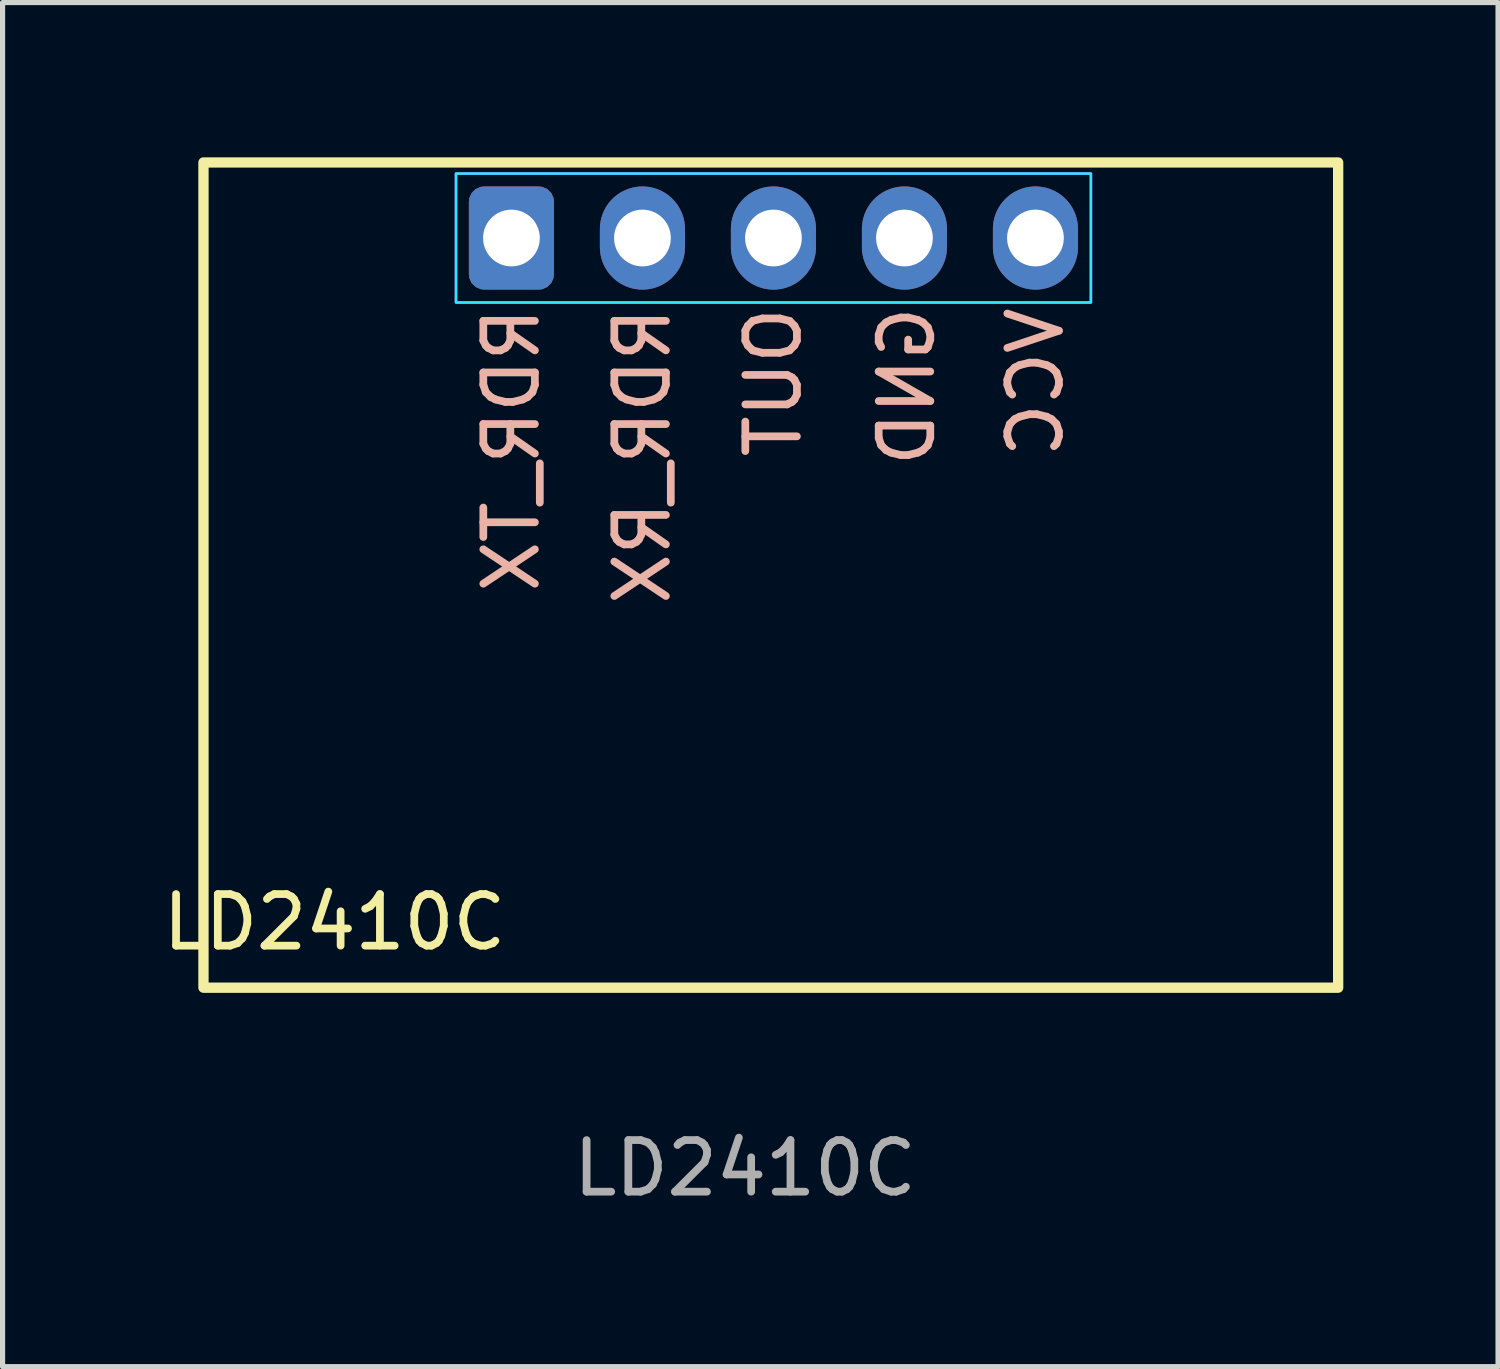
<source format=kicad_pcb>
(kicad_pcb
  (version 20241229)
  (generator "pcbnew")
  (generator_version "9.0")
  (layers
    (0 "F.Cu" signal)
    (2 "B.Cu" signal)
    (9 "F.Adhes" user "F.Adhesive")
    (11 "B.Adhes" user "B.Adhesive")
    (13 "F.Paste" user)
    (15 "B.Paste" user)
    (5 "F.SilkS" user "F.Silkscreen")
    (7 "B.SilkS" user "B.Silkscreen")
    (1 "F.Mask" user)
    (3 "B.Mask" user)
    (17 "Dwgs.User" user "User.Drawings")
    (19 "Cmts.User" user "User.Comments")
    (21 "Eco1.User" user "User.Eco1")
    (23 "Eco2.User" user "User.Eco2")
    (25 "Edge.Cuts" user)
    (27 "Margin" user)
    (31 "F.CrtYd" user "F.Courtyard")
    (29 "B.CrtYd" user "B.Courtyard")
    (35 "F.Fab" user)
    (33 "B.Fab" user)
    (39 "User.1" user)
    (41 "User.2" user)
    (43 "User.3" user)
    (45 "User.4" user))
  (footprint "LD2410C"
    (layer "F.Cu")
    (at 6.866 1.565)
    (property "Reference" "LD2410C" (at -3.431 13.265 0) (unlocked yes) (layer "F.SilkS") (effects (font (size 1 1) (thickness 0.15))))
    (attr through_hole)
    (fp_rect (start -5.971 -1.465) (end 16.029 14.535) (stroke (width 0.2) (type solid)) (fill no) (layer "F.SilkS"))
    (fp_rect (start -1.075 -1.25) (end 11.235 1.25) (stroke (width 0.05) (type solid)) (fill no) (layer "B.CrtYd"))
    (fp_rect (start -1.075 -1.25) (end 11.235 1.25) (stroke (width 0.05) (type solid)) (fill no) (layer "F.CrtYd"))
    (fp_text user "RDR_TX" (at 0 1.27 90) (unlocked yes) (layer "B.SilkS") (effects (font (size 1 1) (thickness 0.15)) (justify left mirror)))
    (fp_text user "RDR_RX" (at 2.54 1.27 90) (unlocked yes) (layer "B.SilkS") (effects (font (size 1 1) (thickness 0.15)) (justify left mirror)))
    (fp_text user "GND" (at 7.666 1.252 90) (unlocked yes) (layer "B.SilkS") (effects (font (size 1 1) (thickness 0.15)) (justify left mirror)))
    (fp_text user "VCC" (at 10.16 1.27 90) (unlocked yes) (layer "B.SilkS") (effects (font (size 1 1) (thickness 0.15)) (justify left mirror)))
    (fp_text user "OUT" (at 5.08 1.27 90) (unlocked yes) (layer "B.SilkS") (effects (font (size 1 1) (thickness 0.15)) (justify left mirror)))
    (fp_text user "${REFERENCE}" (at 4.529 18.035 0) (unlocked yes) (layer "F.Fab") (effects (font (size 1 1) (thickness 0.15))))
    (pad "1" thru_hole roundrect (at 0 0) (size 1.65 2) (drill 1.1) (layers "*.Cu" "*.Mask") (roundrect_rratio 0.179))
    (pad "2" thru_hole oval (at 2.54 0) (size 1.65 2) (drill 1.1) (layers "*.Cu" "*.Mask"))
    (pad "3" thru_hole oval (at 5.08 0) (size 1.65 2) (drill 1.1) (layers "*.Cu" "*.Mask"))
    (pad "4" thru_hole oval (at 7.62 0) (size 1.65 2) (drill 1.1) (layers "*.Cu" "*.Mask"))
    (pad "5" thru_hole oval (at 10.16 0) (size 1.65 2) (drill 1.1) (layers "*.Cu" "*.Mask")))
  (gr_rect
    (start -3 -3)
    (end 25.995 23.448)
    (stroke (width 0.1) (type default))
    (fill no)
    (layer "Edge.Cuts")))
</source>
